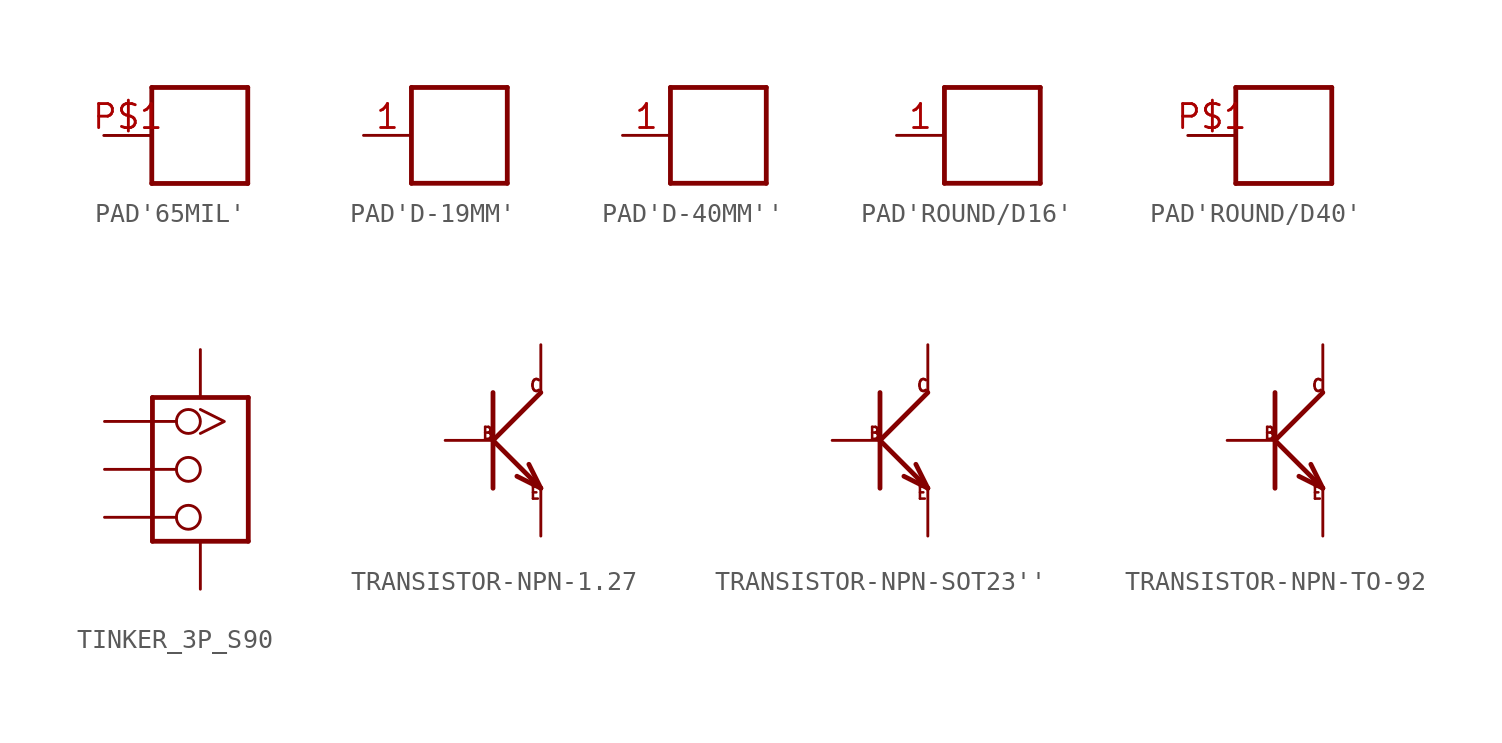
<source format=kicad_sym>
(kicad_symbol_lib
  (version 20231120)
  (generator "kicad_symbol_editor")
  (generator_version "8.0")
  (symbol "PAD'65MIL'"
    (property "Reference" "P"
      (at -1.27 2.54 0)
      (effects (font (size 0.813 0.691)) (justify left bottom) (hide yes)))
    (property "ki_locked" ""
      (at 0 0 0)
      (effects (font (size 1.27 1.27))))
    (symbol "PAD'65MIL'_1_0"
      (polyline (pts (xy -2.54 -2.54) (xy -2.54 2.54)) (stroke (width 0.254) (type solid)) (fill (type none)))
      (polyline (pts (xy -2.54 2.54) (xy 2.54 2.54)) (stroke (width 0.254) (type solid)) (fill (type none)))
      (polyline (pts (xy 2.54 -2.54) (xy -2.54 -2.54)) (stroke (width 0.254) (type solid)) (fill (type none)))
      (polyline (pts (xy 2.54 2.54) (xy 2.54 -2.54)) (stroke (width 0.254) (type solid)) (fill (type none)))
      (pin bidirectional line (at -5.08 0 0) (length 2.54) (name "P$1" (effects (font (size 0 0)))) (number "P$1" (effects (font (size 1.27 1.27)))))))
  (symbol "PAD'D-19MM'"
    (property "Reference" "P"
      (at -1.27 2.54 0)
      (effects (font (size 0.813 0.691)) (justify left bottom) (hide yes)))
    (property "ki_locked" ""
      (at 0 0 0)
      (effects (font (size 1.27 1.27))))
    (symbol "PAD'D-19MM'_1_0"
      (polyline (pts (xy -2.54 -2.54) (xy -2.54 2.54)) (stroke (width 0.254) (type solid)) (fill (type none)))
      (polyline (pts (xy -2.54 2.54) (xy 2.54 2.54)) (stroke (width 0.254) (type solid)) (fill (type none)))
      (polyline (pts (xy 2.54 -2.54) (xy -2.54 -2.54)) (stroke (width 0.254) (type solid)) (fill (type none)))
      (polyline (pts (xy 2.54 2.54) (xy 2.54 -2.54)) (stroke (width 0.254) (type solid)) (fill (type none)))
      (pin bidirectional line (at -5.08 0 0) (length 2.54) (name "P$1" (effects (font (size 0 0)))) (number "1" (effects (font (size 1.27 1.27)))))))
  (symbol "PAD'D-40MM''"
    (property "Reference" "P"
      (at -1.27 2.54 0)
      (effects (font (size 0.813 0.691)) (justify left bottom) (hide yes)))
    (property "ki_locked" ""
      (at 0 0 0)
      (effects (font (size 1.27 1.27))))
    (symbol "PAD'D-40MM''_1_0"
      (polyline (pts (xy -2.54 -2.54) (xy -2.54 2.54)) (stroke (width 0.254) (type solid)) (fill (type none)))
      (polyline (pts (xy -2.54 2.54) (xy 2.54 2.54)) (stroke (width 0.254) (type solid)) (fill (type none)))
      (polyline (pts (xy 2.54 -2.54) (xy -2.54 -2.54)) (stroke (width 0.254) (type solid)) (fill (type none)))
      (polyline (pts (xy 2.54 2.54) (xy 2.54 -2.54)) (stroke (width 0.254) (type solid)) (fill (type none)))
      (pin bidirectional line (at -5.08 0 0) (length 2.54) (name "P$1" (effects (font (size 0 0)))) (number "1" (effects (font (size 1.27 1.27)))))))
  (symbol "PAD'ROUND/D16'"
    (property "Reference" "P"
      (at -1.27 2.54 0)
      (effects (font (size 0.813 0.691)) (justify left bottom) (hide yes)))
    (property "ki_locked" ""
      (at 0 0 0)
      (effects (font (size 1.27 1.27))))
    (symbol "PAD'ROUND/D16'_1_0"
      (polyline (pts (xy -2.54 -2.54) (xy -2.54 2.54)) (stroke (width 0.254) (type solid)) (fill (type none)))
      (polyline (pts (xy -2.54 2.54) (xy 2.54 2.54)) (stroke (width 0.254) (type solid)) (fill (type none)))
      (polyline (pts (xy 2.54 -2.54) (xy -2.54 -2.54)) (stroke (width 0.254) (type solid)) (fill (type none)))
      (polyline (pts (xy 2.54 2.54) (xy 2.54 -2.54)) (stroke (width 0.254) (type solid)) (fill (type none)))
      (pin bidirectional line (at -5.08 0 0) (length 2.54) (name "P$1" (effects (font (size 0 0)))) (number "1" (effects (font (size 1.27 1.27)))))))
  (symbol "PAD'ROUND/D40'"
    (property "Reference" "P"
      (at -1.27 2.54 0)
      (effects (font (size 0.813 0.691)) (justify left bottom) (hide yes)))
    (property "ki_locked" ""
      (at 0 0 0)
      (effects (font (size 1.27 1.27))))
    (symbol "PAD'ROUND/D40'_1_0"
      (polyline (pts (xy -2.54 -2.54) (xy -2.54 2.54)) (stroke (width 0.254) (type solid)) (fill (type none)))
      (polyline (pts (xy -2.54 2.54) (xy 2.54 2.54)) (stroke (width 0.254) (type solid)) (fill (type none)))
      (polyline (pts (xy 2.54 -2.54) (xy -2.54 -2.54)) (stroke (width 0.254) (type solid)) (fill (type none)))
      (polyline (pts (xy 2.54 2.54) (xy 2.54 -2.54)) (stroke (width 0.254) (type solid)) (fill (type none)))
      (pin bidirectional line (at -5.08 0 0) (length 2.54) (name "P$1" (effects (font (size 0 0)))) (number "P$1" (effects (font (size 1.27 1.27)))))))
  (symbol "TINKER_3P_S90"
    (property "Reference" "J"
      (at -2.54 5.08 0)
      (effects (font (size 1.27 1.079)) (justify left bottom) (hide yes)))
    (property "ki_locked" ""
      (at 0 0 0)
      (effects (font (size 1.27 1.27))))
    (symbol "TINKER_3P_S90_1_0"
      (polyline (pts (xy -2.54 -2.54) (xy -2.54 5.08)) (stroke (width 0.254) (type solid)) (fill (type none)))
      (polyline (pts (xy -2.54 5.08) (xy 2.54 5.08)) (stroke (width 0.254) (type solid)) (fill (type none)))
      (polyline (pts (xy 2.54 -2.54) (xy -2.54 -2.54)) (stroke (width 0.254) (type solid)) (fill (type none)))
      (polyline (pts (xy 2.54 5.08) (xy 2.54 -2.54)) (stroke (width 0.254) (type solid)) (fill (type none)))
      (pin bidirectional inverted_clock (at -5.08 3.81 0) (length 5.08) (name "1" (effects (font (size 0 0)))) (number "1" (effects (font (size 0 0)))))
      (pin bidirectional inverted (at -5.08 1.27 0) (length 5.08) (name "2" (effects (font (size 0 0)))) (number "2" (effects (font (size 0 0)))))
      (pin bidirectional inverted (at -5.08 -1.27 0) (length 5.08) (name "3" (effects (font (size 0 0)))) (number "3" (effects (font (size 0 0)))))
      (pin bidirectional line (at 0 7.62 270) (length 2.54) (name "SS1" (effects (font (size 0 0)))) (number "SS1" (effects (font (size 0 0)))))
      (pin bidirectional line (at 0 -5.08 90) (length 2.54) (name "SS2" (effects (font (size 0 0)))) (number "SS2" (effects (font (size 0 0)))))))
  (symbol "TRANSISTOR-NPN-1.27"
    (property "Reference" "Q"
      (at -2.54 1.27 0)
      (effects (font (size 1.27 1.079)) (justify left bottom) (hide yes)))
    (property "ki_locked" ""
      (at 0 0 0)
      (effects (font (size 1.27 1.27))))
    (symbol "TRANSISTOR-NPN-1.27_1_0"
      (polyline (pts (xy 0 -2.54) (xy 0 0)) (stroke (width 0.254) (type solid)) (fill (type none)))
      (polyline (pts (xy 0 0) (xy 0 2.54)) (stroke (width 0.254) (type solid)) (fill (type none)))
      (polyline (pts (xy 0 0) (xy 2.54 -2.54)) (stroke (width 0.254) (type solid)) (fill (type none)))
      (polyline (pts (xy 0 0) (xy 2.54 2.54)) (stroke (width 0.254) (type solid)) (fill (type none)))
      (polyline (pts (xy 2.54 -2.54) (xy 1.27 -1.905)) (stroke (width 0.254) (type solid)) (fill (type none)))
      (polyline (pts (xy 2.54 -2.54) (xy 1.905 -1.27)) (stroke (width 0.254) (type solid)) (fill (type none)))
      (text "B" (at -0.635 0 0) (effects (font (size 0.635 0.54)) (justify left bottom)))
      (text "C" (at 1.905 2.54 0) (effects (font (size 0.635 0.54)) (justify left bottom)))
      (text "E" (at 1.905 -3.175 0) (effects (font (size 0.635 0.54)) (justify left bottom)))
      (pin passive line (at -2.54 0 0) (length 2.54) (name "B" (effects (font (size 0 0)))) (number "B" (effects (font (size 0 0)))))
      (pin passive line (at 2.54 5.08 270) (length 2.54) (name "C" (effects (font (size 0 0)))) (number "C" (effects (font (size 0 0)))))
      (pin passive line (at 2.54 -5.08 90) (length 2.54) (name "E" (effects (font (size 0 0)))) (number "E" (effects (font (size 0 0)))))))
  (symbol "TRANSISTOR-NPN-SOT23''"
    (property "Reference" "Q"
      (at -2.54 1.27 0)
      (effects (font (size 1.27 1.079)) (justify left bottom) (hide yes)))
    (property "ki_locked" ""
      (at 0 0 0)
      (effects (font (size 1.27 1.27))))
    (symbol "TRANSISTOR-NPN-SOT23''_1_0"
      (polyline (pts (xy 0 -2.54) (xy 0 0)) (stroke (width 0.254) (type solid)) (fill (type none)))
      (polyline (pts (xy 0 0) (xy 0 2.54)) (stroke (width 0.254) (type solid)) (fill (type none)))
      (polyline (pts (xy 0 0) (xy 2.54 -2.54)) (stroke (width 0.254) (type solid)) (fill (type none)))
      (polyline (pts (xy 0 0) (xy 2.54 2.54)) (stroke (width 0.254) (type solid)) (fill (type none)))
      (polyline (pts (xy 2.54 -2.54) (xy 1.27 -1.905)) (stroke (width 0.254) (type solid)) (fill (type none)))
      (polyline (pts (xy 2.54 -2.54) (xy 1.905 -1.27)) (stroke (width 0.254) (type solid)) (fill (type none)))
      (text "B" (at -0.635 0 0) (effects (font (size 0.635 0.54)) (justify left bottom)))
      (text "C" (at 1.905 2.54 0) (effects (font (size 0.635 0.54)) (justify left bottom)))
      (text "E" (at 1.905 -3.175 0) (effects (font (size 0.635 0.54)) (justify left bottom)))
      (pin passive line (at -2.54 0 0) (length 2.54) (name "B" (effects (font (size 0 0)))) (number "1" (effects (font (size 0 0)))))
      (pin passive line (at 2.54 -5.08 90) (length 2.54) (name "E" (effects (font (size 0 0)))) (number "2" (effects (font (size 0 0)))))
      (pin passive line (at 2.54 5.08 270) (length 2.54) (name "C" (effects (font (size 0 0)))) (number "3" (effects (font (size 0 0)))))))
  (symbol "TRANSISTOR-NPN-TO-92"
    (property "Reference" "Q"
      (at -2.54 1.27 0)
      (effects (font (size 1.27 1.079)) (justify left bottom) (hide yes)))
    (property "ki_locked" ""
      (at 0 0 0)
      (effects (font (size 1.27 1.27))))
    (symbol "TRANSISTOR-NPN-TO-92_1_0"
      (polyline (pts (xy 0 -2.54) (xy 0 0)) (stroke (width 0.254) (type solid)) (fill (type none)))
      (polyline (pts (xy 0 0) (xy 0 2.54)) (stroke (width 0.254) (type solid)) (fill (type none)))
      (polyline (pts (xy 0 0) (xy 2.54 -2.54)) (stroke (width 0.254) (type solid)) (fill (type none)))
      (polyline (pts (xy 0 0) (xy 2.54 2.54)) (stroke (width 0.254) (type solid)) (fill (type none)))
      (polyline (pts (xy 2.54 -2.54) (xy 1.27 -1.905)) (stroke (width 0.254) (type solid)) (fill (type none)))
      (polyline (pts (xy 2.54 -2.54) (xy 1.905 -1.27)) (stroke (width 0.254) (type solid)) (fill (type none)))
      (text "B" (at -0.635 0 0) (effects (font (size 0.635 0.54)) (justify left bottom)))
      (text "C" (at 1.905 2.54 0) (effects (font (size 0.635 0.54)) (justify left bottom)))
      (text "E" (at 1.905 -3.175 0) (effects (font (size 0.635 0.54)) (justify left bottom)))
      (pin passive line (at -2.54 0 0) (length 2.54) (name "B" (effects (font (size 0 0)))) (number "1" (effects (font (size 0 0)))))
      (pin passive line (at 2.54 -5.08 90) (length 2.54) (name "E" (effects (font (size 0 0)))) (number "2" (effects (font (size 0 0)))))
      (pin passive line (at 2.54 5.08 270) (length 2.54) (name "C" (effects (font (size 0 0)))) (number "3" (effects (font (size 0 0))))))))
</source>
